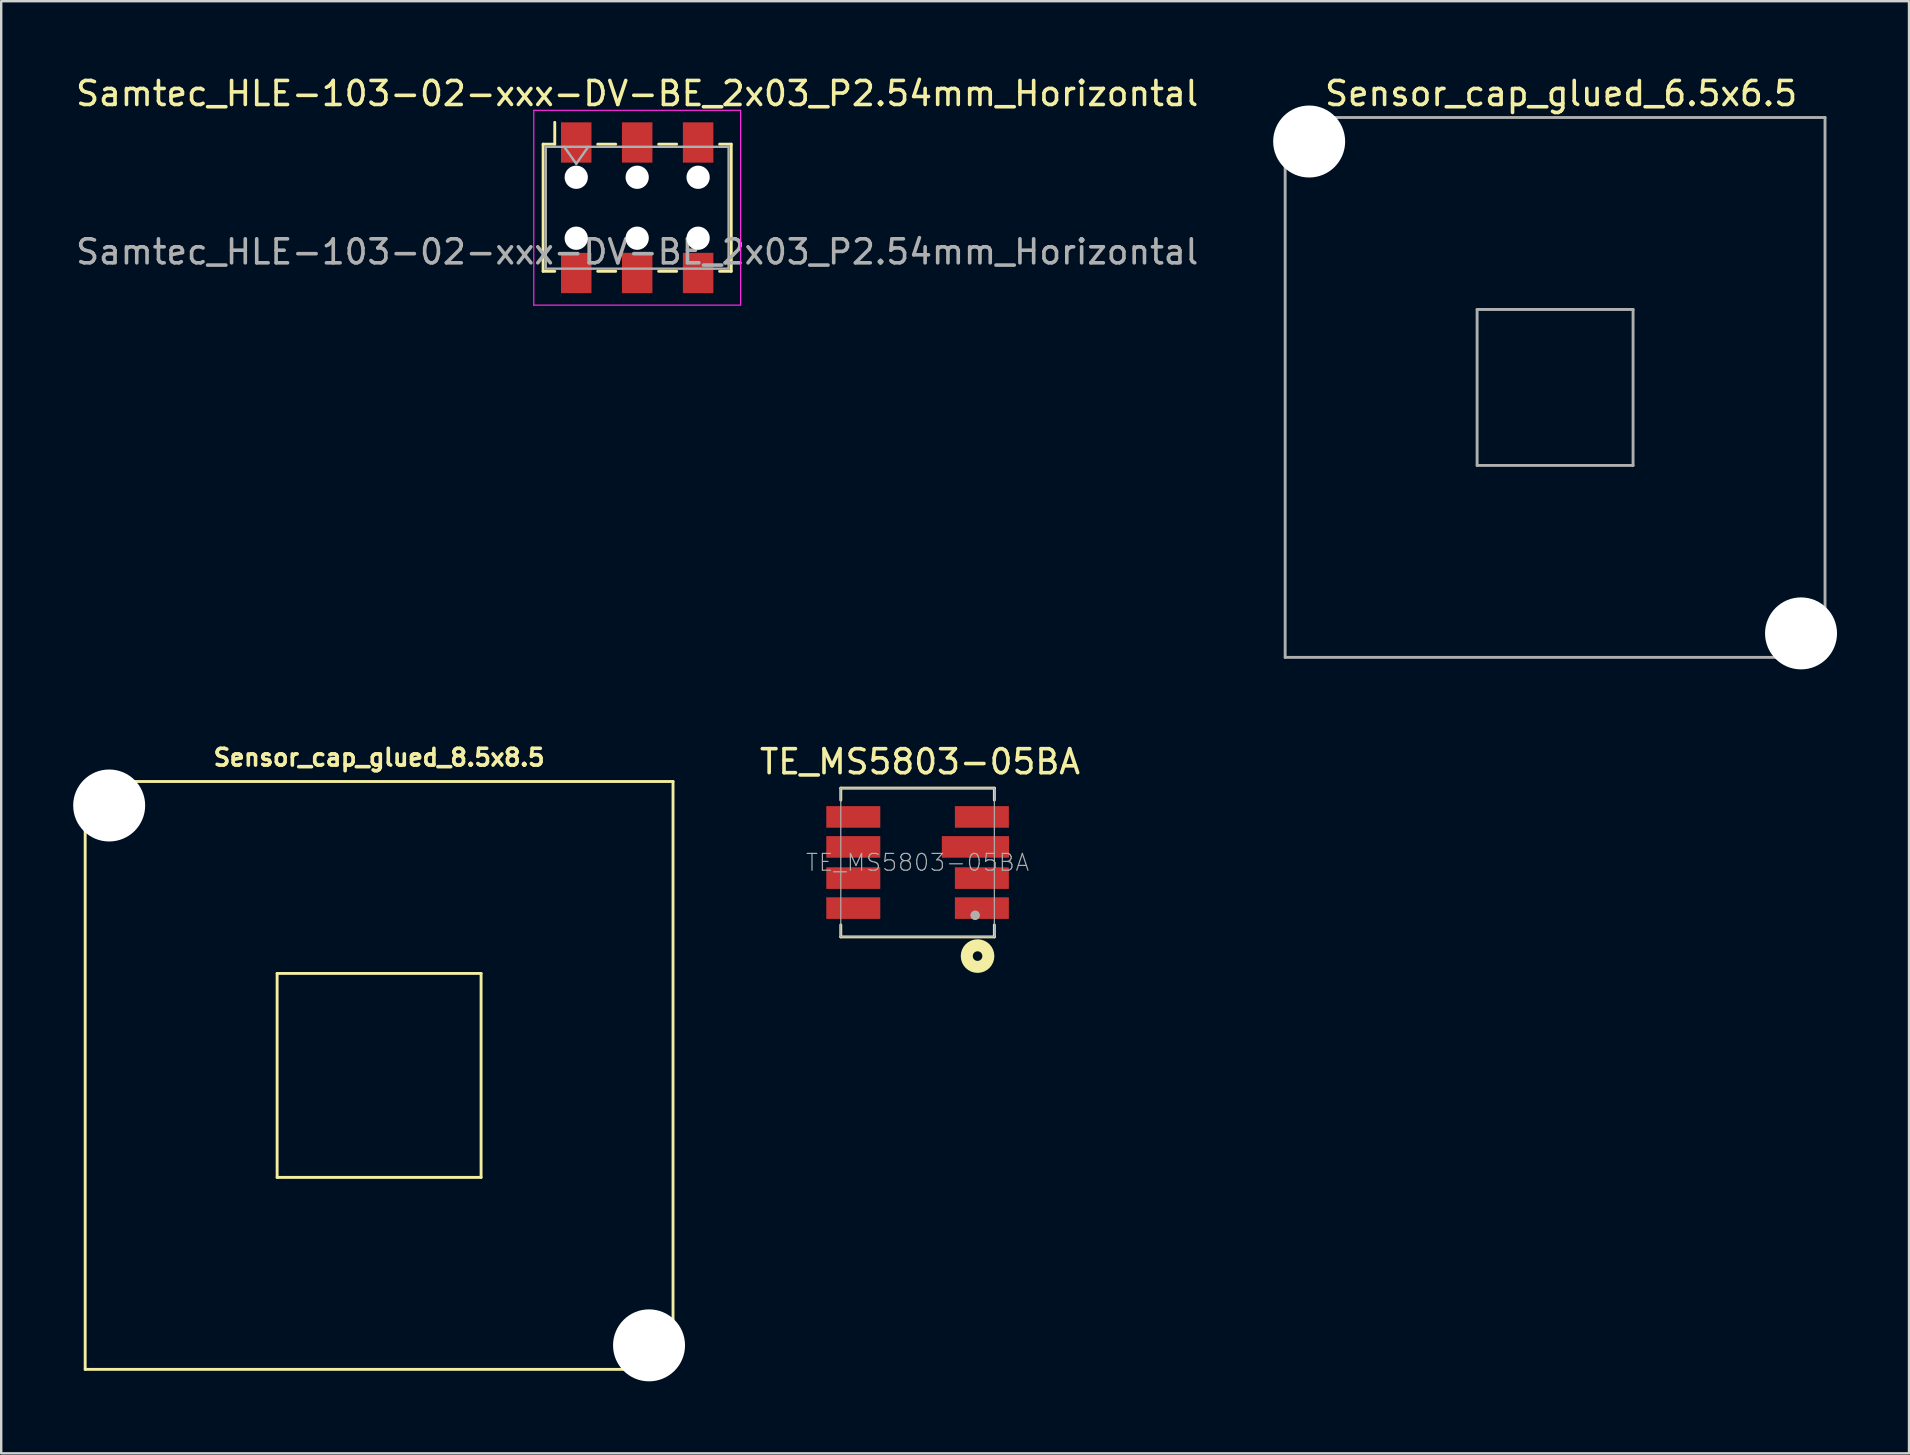
<source format=kicad_pcb>
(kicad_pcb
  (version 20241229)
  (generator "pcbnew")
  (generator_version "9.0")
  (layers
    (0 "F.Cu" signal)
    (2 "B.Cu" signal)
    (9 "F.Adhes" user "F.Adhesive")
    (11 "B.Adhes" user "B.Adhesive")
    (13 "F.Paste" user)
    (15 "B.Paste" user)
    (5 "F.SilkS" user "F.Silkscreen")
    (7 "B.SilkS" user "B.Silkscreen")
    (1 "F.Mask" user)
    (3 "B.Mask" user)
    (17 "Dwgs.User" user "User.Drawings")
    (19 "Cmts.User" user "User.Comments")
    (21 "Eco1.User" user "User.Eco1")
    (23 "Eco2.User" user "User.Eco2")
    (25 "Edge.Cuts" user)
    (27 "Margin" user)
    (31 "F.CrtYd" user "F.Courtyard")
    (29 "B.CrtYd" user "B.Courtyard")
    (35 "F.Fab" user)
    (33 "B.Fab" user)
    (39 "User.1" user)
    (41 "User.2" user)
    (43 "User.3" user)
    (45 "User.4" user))
  (footprint "Sensor_cap_glued_8.5x8.5"
    (layer "F.Cu")
    (at 12.75 41.771)
    (property "Reference" "Sensor_cap_glued_8.5x8.5" (at 0 -13.25 0) (layer "F.SilkS") (effects (font (size 0.7 0.7) (thickness 0.15))))
    (attr exclude_from_pos_files exclude_from_bom)
    (fp_line (start -12.25 -12.25) (end 12.25 -12.25) (stroke (width 0.12) (type solid)) (layer "F.SilkS"))
    (fp_line (start -12.25 12.25) (end -12.25 -12.25) (stroke (width 0.12) (type solid)) (layer "F.SilkS"))
    (fp_line (start -4.25 -4.25) (end 4.25 -4.25) (stroke (width 0.12) (type solid)) (layer "F.SilkS"))
    (fp_line (start -4.25 4.25) (end -4.25 -4.25) (stroke (width 0.12) (type solid)) (layer "F.SilkS"))
    (fp_line (start 4.25 -4.25) (end 4.25 4.25) (stroke (width 0.12) (type solid)) (layer "F.SilkS"))
    (fp_line (start 4.25 4.25) (end -4.25 4.25) (stroke (width 0.12) (type solid)) (layer "F.SilkS"))
    (fp_line (start 12.25 -12.25) (end 12.25 12.25) (stroke (width 0.12) (type solid)) (layer "F.SilkS"))
    (fp_line (start 12.25 12.25) (end -12.25 12.25) (stroke (width 0.12) (type solid)) (layer "F.SilkS"))
    (pad "" np_thru_hole circle (at -11.25 -11.25) (size 3 3) (drill 3) (layers "*.Cu" "*.Mask"))
    (pad "" np_thru_hole circle (at 11.25 11.25) (size 3 3) (drill 3) (layers "*.Cu" "*.Mask")))
  (footprint "Sensor_cap_glued_6.5x6.5"
    (layer "F.Cu")
    (at 61.762 13.098)
    (property "Reference" "Sensor_cap_glued_6.5x6.5" (at 0.25 -12.25 0) (layer "F.SilkS") (effects (font (size 1 1) (thickness 0.15))))
    (attr exclude_from_pos_files exclude_from_bom)
    (fp_line (start -11.25 -11.25) (end 11.25 -11.25) (stroke (width 0.12) (type solid)) (layer "F.Fab"))
    (fp_line (start -11.25 11.25) (end -11.25 -11.25) (stroke (width 0.12) (type solid)) (layer "F.Fab"))
    (fp_line (start -3.25 -3.25) (end 3.25 -3.25) (stroke (width 0.12) (type solid)) (layer "F.Fab"))
    (fp_line (start -3.25 3.25) (end -3.25 -3.25) (stroke (width 0.12) (type solid)) (layer "F.Fab"))
    (fp_line (start 3.25 -3.25) (end 3.25 3.25) (stroke (width 0.12) (type solid)) (layer "F.Fab"))
    (fp_line (start 3.25 3.25) (end -3.25 3.25) (stroke (width 0.12) (type solid)) (layer "F.Fab"))
    (fp_line (start 11.25 -11.25) (end 11.25 11.25) (stroke (width 0.12) (type solid)) (layer "F.Fab"))
    (fp_line (start 11.25 11.25) (end -11.25 11.25) (stroke (width 0.12) (type solid)) (layer "F.Fab"))
    (pad "" np_thru_hole circle (at -10.25 -10.25) (size 3 3) (drill 3) (layers "*.Cu" "*.Mask"))
    (pad "" np_thru_hole circle (at 10.25 10.25) (size 3 3) (drill 3) (layers "*.Cu" "*.Mask")))
  (footprint "Samtec_HLE-103-02-xxx-DV-BE_2x03_P2.54mm_Horizontal"
    (layer "F.Cu")
    (at 23.506 5.608)
    (property "Reference" "Samtec_HLE-103-02-xxx-DV-BE_2x03_P2.54mm_Horizontal" (at 0 -4.76 0) (layer "F.SilkS") (effects (font (size 1 1) (thickness 0.15))))
    (attr smd)
    (fp_line (start -3.92 -2.65) (end -3.92 2.65) (stroke (width 0.12) (type solid)) (layer "F.SilkS"))
    (fp_line (start -3.92 2.65) (end -3.435 2.65) (stroke (width 0.12) (type solid)) (layer "F.SilkS"))
    (fp_line (start -3.435 -3.56) (end -3.435 -2.65) (stroke (width 0.12) (type solid)) (layer "F.SilkS"))
    (fp_line (start -3.435 -2.65) (end -3.92 -2.65) (stroke (width 0.12) (type solid)) (layer "F.SilkS"))
    (fp_line (start -1.645 -2.65) (end -0.895 -2.65) (stroke (width 0.12) (type solid)) (layer "F.SilkS"))
    (fp_line (start -1.645 2.65) (end -0.895 2.65) (stroke (width 0.12) (type solid)) (layer "F.SilkS"))
    (fp_line (start 0.895 -2.65) (end 1.645 -2.65) (stroke (width 0.12) (type solid)) (layer "F.SilkS"))
    (fp_line (start 0.895 2.65) (end 1.645 2.65) (stroke (width 0.12) (type solid)) (layer "F.SilkS"))
    (fp_line (start 3.435 -2.65) (end 3.92 -2.65) (stroke (width 0.12) (type solid)) (layer "F.SilkS"))
    (fp_line (start 3.92 -2.65) (end 3.92 2.65) (stroke (width 0.12) (type solid)) (layer "F.SilkS"))
    (fp_line (start 3.92 2.65) (end 3.435 2.65) (stroke (width 0.12) (type solid)) (layer "F.SilkS"))
    (fp_line (start -4.31 -4.06) (end 4.31 -4.06) (stroke (width 0.05) (type solid)) (layer "F.CrtYd"))
    (fp_line (start -4.31 4.06) (end -4.31 -4.06) (stroke (width 0.05) (type solid)) (layer "F.CrtYd"))
    (fp_line (start 4.31 -4.06) (end 4.31 4.06) (stroke (width 0.05) (type solid)) (layer "F.CrtYd"))
    (fp_line (start 4.31 4.06) (end -4.31 4.06) (stroke (width 0.05) (type solid)) (layer "F.CrtYd"))
    (fp_line (start -3.81 -2.54) (end 3.81 -2.54) (stroke (width 0.1) (type solid)) (layer "F.Fab"))
    (fp_line (start -3.81 2.54) (end -3.81 -2.54) (stroke (width 0.1) (type solid)) (layer "F.Fab"))
    (fp_line (start -3.04 -2.54) (end -2.54 -1.833) (stroke (width 0.1) (type solid)) (layer "F.Fab"))
    (fp_line (start -2.54 -1.833) (end -2.04 -2.54) (stroke (width 0.1) (type solid)) (layer "F.Fab"))
    (fp_line (start 3.81 -2.54) (end 3.81 2.54) (stroke (width 0.1) (type solid)) (layer "F.Fab"))
    (fp_line (start 3.81 2.54) (end -3.81 2.54) (stroke (width 0.1) (type solid)) (layer "F.Fab"))
    (fp_text user "${REFERENCE}" (at 0 1.84 0) (layer "F.Fab") (effects (font (size 1 1) (thickness 0.15))))
    (pad "" np_thru_hole circle (at -2.54 -1.27) (size 0.97 0.97) (drill 0.97) (layers "*.Cu" "*.Mask"))
    (pad "" np_thru_hole circle (at -2.54 1.27) (size 0.97 0.97) (drill 0.97) (layers "*.Cu" "*.Mask"))
    (pad "" np_thru_hole circle (at 0 -1.27) (size 0.97 0.97) (drill 0.97) (layers "*.Cu" "*.Mask"))
    (pad "" np_thru_hole circle (at 0 1.27) (size 0.97 0.97) (drill 0.97) (layers "*.Cu" "*.Mask"))
    (pad "" np_thru_hole circle (at 2.54 -1.27) (size 0.97 0.97) (drill 0.97) (layers "*.Cu" "*.Mask"))
    (pad "" np_thru_hole circle (at 2.54 1.27) (size 0.97 0.97) (drill 0.97) (layers "*.Cu" "*.Mask"))
    (pad "1" smd rect (at -2.54 -2.72) (size 1.27 1.68) (layers "F.Cu" "F.Mask" "F.Paste"))
    (pad "2" smd rect (at -2.54 2.72) (size 1.27 1.68) (layers "F.Cu" "F.Mask" "F.Paste"))
    (pad "3" smd rect (at 0 -2.72) (size 1.27 1.68) (layers "F.Cu" "F.Mask" "F.Paste"))
    (pad "4" smd rect (at 0 2.72) (size 1.27 1.68) (layers "F.Cu" "F.Mask" "F.Paste"))
    (pad "5" smd rect (at 2.54 -2.72) (size 1.27 1.68) (layers "F.Cu" "F.Mask" "F.Paste"))
    (pad "6" smd rect (at 2.54 2.72) (size 1.27 1.68) (layers "F.Cu" "F.Mask" "F.Paste")))
  (footprint "TE_MS5803-05BA"
    (layer "F.Cu")
    (at 35.192 32.897)
    (property "Reference" "TE_MS5803-05BA" (at 0.1 -4.2 0) (layer "F.SilkS") (effects (font (size 1 1) (thickness 0.15))))
    (attr smd)
    (fp_line (start -3.2 -3.1) (end 3.2 -3.1) (stroke (width 0.12) (type solid)) (layer "F.SilkS"))
    (fp_line (start -3.2 -2.6) (end -3.2 -3.1) (stroke (width 0.12) (type solid)) (layer "F.SilkS"))
    (fp_line (start -3.2 3.1) (end -3.2 2.6) (stroke (width 0.12) (type solid)) (layer "F.SilkS"))
    (fp_line (start -3.2 3.1) (end 3.2 3.1) (stroke (width 0.12) (type solid)) (layer "F.SilkS"))
    (fp_line (start 3.2 -3.1) (end 3.2 -2.6) (stroke (width 0.12) (type solid)) (layer "F.SilkS"))
    (fp_line (start 3.2 3.1) (end 3.2 2.6) (stroke (width 0.12) (type solid)) (layer "F.SilkS"))
    (fp_circle (center 2.5 3.9) (end 2.7 3.9) (stroke (width 0.5) (type solid)) (fill no) (layer "F.SilkS"))
    (fp_line (start -3.2 -3.1) (end 3.2 -3.1) (stroke (width 0.05) (type solid)) (layer "F.Fab"))
    (fp_line (start -3.2 3.1) (end -3.2 -3.1) (stroke (width 0.05) (type solid)) (layer "F.Fab"))
    (fp_line (start 3.2 -3.1) (end 3.2 3.1) (stroke (width 0.05) (type solid)) (layer "F.Fab"))
    (fp_line (start 3.2 3.1) (end -3.2 3.1) (stroke (width 0.05) (type solid)) (layer "F.Fab"))
    (fp_circle (center 2.4 2.2) (end 2.5 2.2) (stroke (width 0.2) (type solid)) (fill no) (layer "F.Fab"))
    (fp_text user "${REFERENCE}" (at 0 0 0) (layer "F.Fab") (effects (font (size 0.7 0.7) (thickness 0.05))))
    (pad "1" smd rect (at 2.68 1.9) (size 2.25 0.9) (layers "F.Cu" "F.Mask" "F.Paste"))
    (pad "2" smd rect (at 2.68 0.65) (size 2.25 0.9) (layers "F.Cu" "F.Mask" "F.Paste"))
    (pad "3" smd rect (at 2.41 -0.65) (size 2.8 0.9) (layers "F.Cu" "F.Mask" "F.Paste"))
    (pad "4" smd rect (at 2.68 -1.9) (size 2.25 0.9) (layers "F.Cu" "F.Mask" "F.Paste"))
    (pad "5" smd rect (at -2.68 -1.9) (size 2.25 0.9) (layers "F.Cu" "F.Mask" "F.Paste"))
    (pad "6" smd rect (at -2.68 -0.65) (size 2.25 0.9) (layers "F.Cu" "F.Mask" "F.Paste"))
    (pad "7" smd rect (at -2.68 0.65) (size 2.25 0.9) (layers "F.Cu" "F.Mask" "F.Paste"))
    (pad "8" smd rect (at -2.68 1.9) (size 2.25 0.9) (layers "F.Cu" "F.Mask" "F.Paste")))
  (gr_rect
    (start -3 -3)
    (end 76.512 57.521)
    (stroke (width 0.1) (type default))
    (fill no)
    (layer "Edge.Cuts")))
</source>
